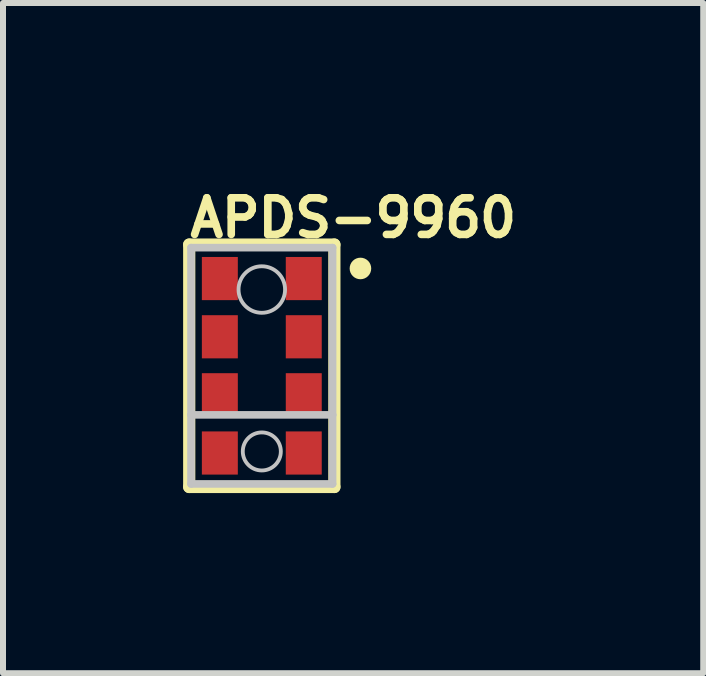
<source format=kicad_pcb>
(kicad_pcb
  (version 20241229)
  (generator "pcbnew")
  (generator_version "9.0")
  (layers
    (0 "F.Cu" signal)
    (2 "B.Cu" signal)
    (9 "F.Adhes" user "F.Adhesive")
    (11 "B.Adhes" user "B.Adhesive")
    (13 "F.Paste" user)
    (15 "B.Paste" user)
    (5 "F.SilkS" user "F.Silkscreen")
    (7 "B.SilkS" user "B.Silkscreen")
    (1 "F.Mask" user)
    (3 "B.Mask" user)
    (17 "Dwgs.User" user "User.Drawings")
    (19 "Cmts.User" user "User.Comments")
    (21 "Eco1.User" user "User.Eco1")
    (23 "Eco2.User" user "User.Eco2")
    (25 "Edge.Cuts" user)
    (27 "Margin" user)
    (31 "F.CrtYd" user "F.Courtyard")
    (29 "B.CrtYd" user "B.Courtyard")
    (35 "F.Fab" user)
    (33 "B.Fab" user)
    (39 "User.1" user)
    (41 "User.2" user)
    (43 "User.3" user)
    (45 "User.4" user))
  (footprint "APDS-9960"
    (layer "F.Cu")
    (at 1.311 3.043)
    (property "Reference" "APDS-9960" (at 1.524 -2.464 0) (layer "F.SilkS") (effects (font (size 0.61 0.61) (thickness 0.127))))
    (attr smd)
    (fp_line (start -1.209 -2.019) (end -1.209 2.019) (stroke (width 0.203) (type solid)) (layer "F.SilkS"))
    (fp_line (start -1.209 -2.019) (end 1.209 -2.019) (stroke (width 0.203) (type solid)) (layer "F.SilkS"))
    (fp_line (start -1.209 2.019) (end 1.209 2.019) (stroke (width 0.203) (type solid)) (layer "F.SilkS"))
    (fp_line (start 1.209 -2.019) (end 1.209 2.019) (stroke (width 0.203) (type solid)) (layer "F.SilkS"))
    (fp_circle (center 1.643 -1.621) (end 1.77 -1.748) (stroke (width 0) (type solid)) (fill yes) (layer "F.SilkS"))
    (fp_line (start -1.179 -1.968) (end -1.179 0.818) (stroke (width 0.127) (type solid)) (layer "Dwgs.User"))
    (fp_line (start -1.179 -1.968) (end 1.179 -1.968) (stroke (width 0.127) (type solid)) (layer "Dwgs.User"))
    (fp_line (start -1.179 0.818) (end -1.179 1.968) (stroke (width 0.127) (type solid)) (layer "Dwgs.User"))
    (fp_line (start -1.179 0.818) (end 1.179 0.818) (stroke (width 0.127) (type solid)) (layer "Dwgs.User"))
    (fp_line (start -1.179 1.968) (end 1.179 1.968) (stroke (width 0.127) (type solid)) (layer "Dwgs.User"))
    (fp_line (start 1.179 -1.968) (end 1.179 0.818) (stroke (width 0.127) (type solid)) (layer "Dwgs.User"))
    (fp_line (start 1.179 0.818) (end 1.179 1.968) (stroke (width 0.127) (type solid)) (layer "Dwgs.User"))
    (fp_circle (center 0 -1.27) (end -0.274 -1.544) (stroke (width 0.064) (type solid)) (fill no) (layer "Dwgs.User"))
    (fp_circle (center 0 1.427) (end -0.224 1.651) (stroke (width 0.064) (type solid)) (fill no) (layer "Dwgs.User"))
    (pad "1" smd rect (at 0.699 -1.453) (size 0.599 0.719) (layers "F.Cu" "F.Mask" "F.Paste"))
    (pad "2" smd rect (at 0.699 -0.483) (size 0.599 0.719) (layers "F.Cu" "F.Mask" "F.Paste"))
    (pad "3" smd rect (at 0.699 0.483) (size 0.599 0.719) (layers "F.Cu" "F.Mask" "F.Paste"))
    (pad "4" smd rect (at 0.699 1.453) (size 0.599 0.719) (layers "F.Cu" "F.Mask" "F.Paste"))
    (pad "5" smd rect (at -0.699 1.453) (size 0.599 0.719) (layers "F.Cu" "F.Mask" "F.Paste"))
    (pad "6" smd rect (at -0.699 0.483) (size 0.599 0.719) (layers "F.Cu" "F.Mask" "F.Paste"))
    (pad "7" smd rect (at -0.699 -0.483) (size 0.599 0.719) (layers "F.Cu" "F.Mask" "F.Paste"))
    (pad "8" smd rect (at -0.699 -1.453) (size 0.599 0.719) (layers "F.Cu" "F.Mask" "F.Paste")))
  (gr_rect
    (start -3 -3)
    (end 8.664 8.164)
    (stroke (width 0.1) (type default))
    (fill no)
    (layer "Edge.Cuts")))
</source>
